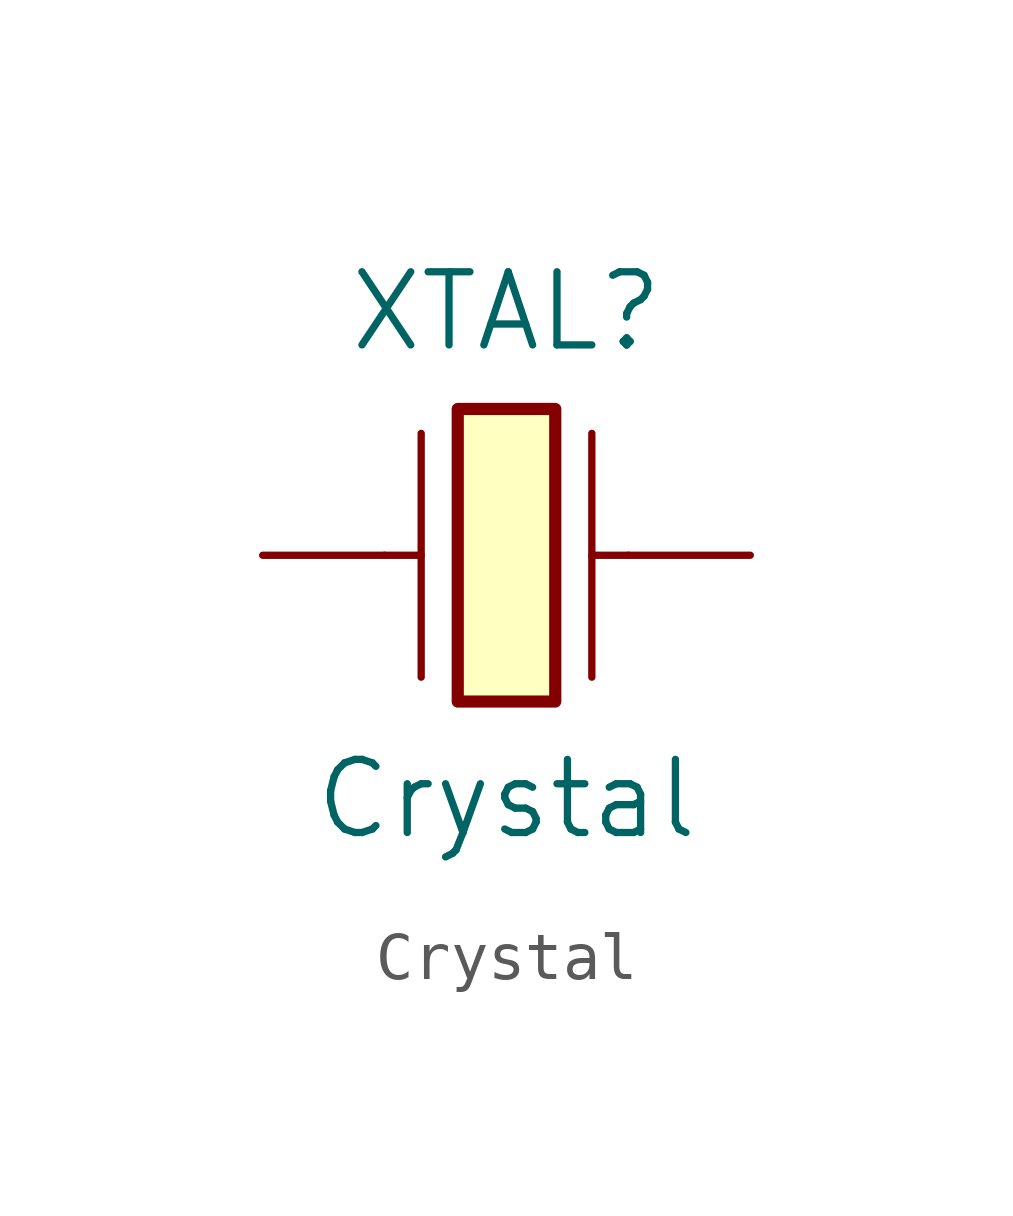
<source format=kicad_sym>
(kicad_symbol_lib
  (version 20241209)
  (generator "kicad_symbol_editor")
  (generator_version "9.0")
  (symbol "Crystal"
    (pin_numbers
      (hide yes))
    (pin_names
      (offset 0)
      (hide yes))
    (property "Reference" "XTAL"
      (at 0 5.08 0)
      (effects (font (size 1.524 1.524))))
    (property "Value" "Crystal"
      (at 0 -5.08 0)
      (effects (font (size 1.524 1.524))))
    (symbol "Crystal_1_1"
      (polyline (pts (xy -2.54 0) (xy -1.778 0)) (stroke (width 0) (type default)) (fill (type none)))
      (polyline (pts (xy -1.778 2.54) (xy -1.778 0) (xy -1.778 -2.54)) (stroke (width 0) (type default)) (fill (type none)))
      (rectangle (start -1.016 3.048) (end 1.016 -3.048) (stroke (width 0.254) (type default)) (fill (type background)))
      (polyline (pts (xy 1.778 2.54) (xy 1.778 0) (xy 1.778 -2.54)) (stroke (width 0) (type default)) (fill (type none)))
      (polyline (pts (xy 2.54 0) (xy 1.778 0)) (stroke (width 0) (type default)) (fill (type none)))
      (pin input line (at -5.08 0 0) (length 2.54) (name "1" (effects (font (size 1.27 1.27)))) (number "1" (effects (font (size 1.27 1.27)))))
      (pin input line (at 5.08 0 180) (length 2.54) (name "2" (effects (font (size 1.27 1.27)))) (number "2" (effects (font (size 1.27 1.27))))))))
</source>
